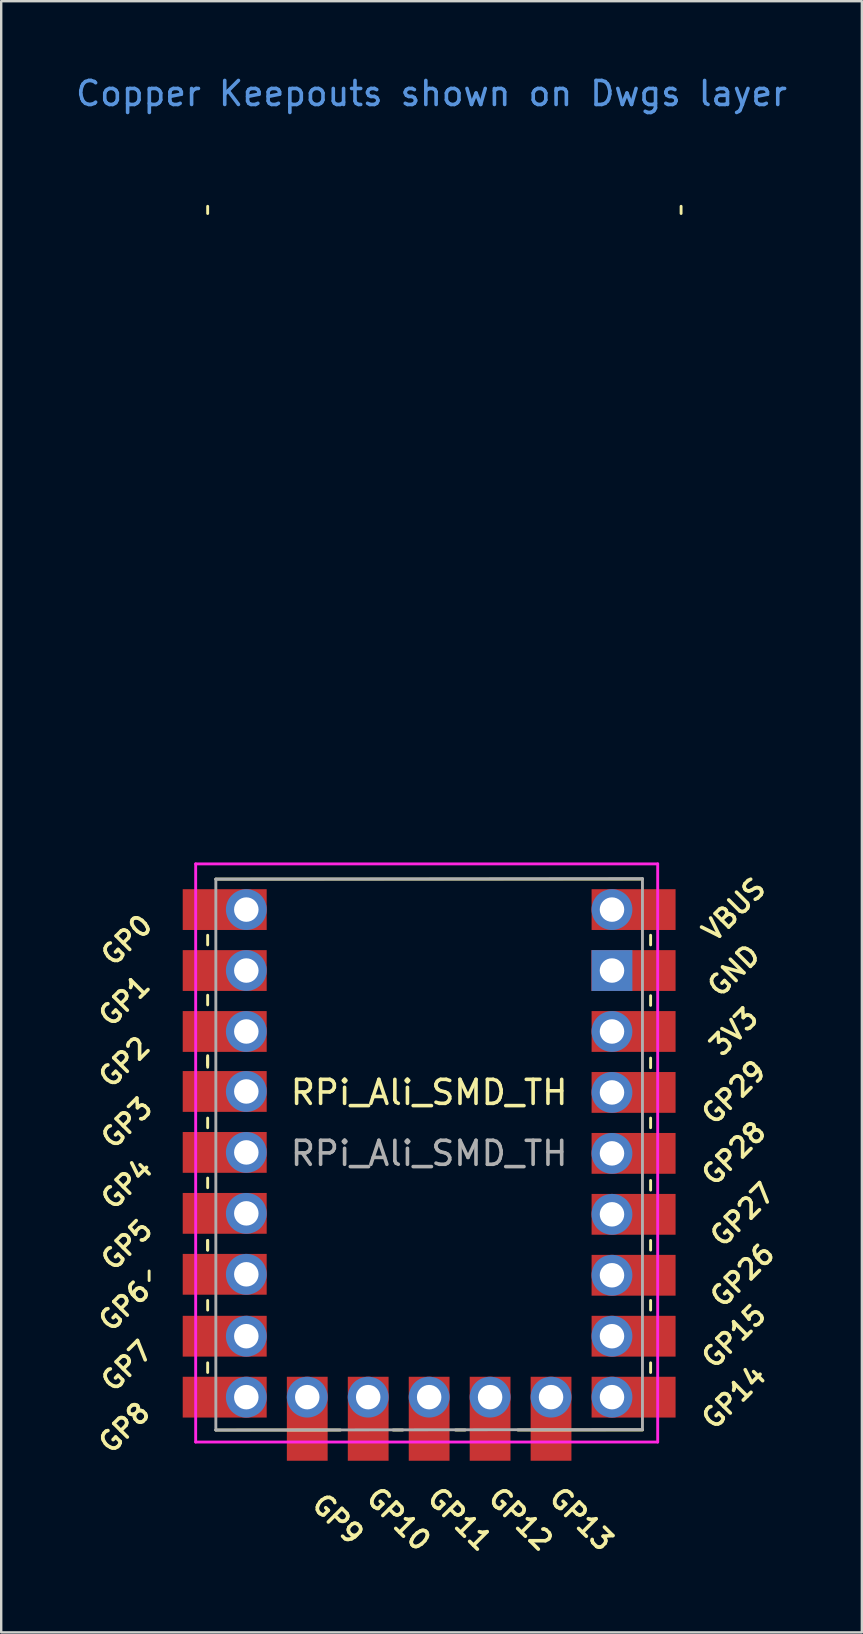
<source format=kicad_pcb>
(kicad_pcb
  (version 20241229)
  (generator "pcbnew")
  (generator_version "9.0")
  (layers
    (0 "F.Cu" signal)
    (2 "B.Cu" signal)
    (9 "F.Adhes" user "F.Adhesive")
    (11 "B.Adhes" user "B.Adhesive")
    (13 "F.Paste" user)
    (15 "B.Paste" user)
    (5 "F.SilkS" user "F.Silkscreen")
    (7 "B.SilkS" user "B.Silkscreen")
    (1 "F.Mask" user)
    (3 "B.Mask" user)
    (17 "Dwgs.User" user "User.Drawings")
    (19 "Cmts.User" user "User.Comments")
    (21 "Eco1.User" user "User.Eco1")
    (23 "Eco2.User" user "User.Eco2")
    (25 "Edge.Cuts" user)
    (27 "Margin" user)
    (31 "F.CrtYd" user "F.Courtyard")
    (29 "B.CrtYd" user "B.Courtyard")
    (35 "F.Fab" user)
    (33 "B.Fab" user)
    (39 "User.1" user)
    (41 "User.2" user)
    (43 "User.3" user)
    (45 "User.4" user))
  (footprint "RPi_Ali_SMD_TH"
    (layer "F.Cu")
    (at 14.835 45.018)
    (property "Reference" "RPi_Ali_SMD_TH" (at 0 -2.54 0) (layer "F.SilkS") (effects (font (size 1 1) (thickness 0.15))))
    (attr through_hole)
    (fp_line (start -11.67 4.9) (end -11.67 5.3) (stroke (width 0.12) (type solid)) (layer "F.SilkS"))
    (fp_line (start -9.23 -39.47) (end -9.23 -39.17) (stroke (width 0.12) (type solid)) (layer "F.SilkS"))
    (fp_line (start -9.23 -9.09) (end -9.23 -8.69) (stroke (width 0.12) (type solid)) (layer "F.SilkS"))
    (fp_line (start -9.23 -6.59) (end -9.23 -6.19) (stroke (width 0.12) (type solid)) (layer "F.SilkS"))
    (fp_line (start -9.23 -4.07) (end -9.23 -3.67) (stroke (width 0.12) (type solid)) (layer "F.SilkS"))
    (fp_line (start -9.23 -3.99) (end -9.23 -3.59) (stroke (width 0.12) (type solid)) (layer "F.SilkS"))
    (fp_line (start -9.23 -1.47) (end -9.23 -1.07) (stroke (width 0.12) (type solid)) (layer "F.SilkS"))
    (fp_line (start -9.23 1.03) (end -9.23 1.43) (stroke (width 0.12) (type solid)) (layer "F.SilkS"))
    (fp_line (start -9.23 3.63) (end -9.23 4.03) (stroke (width 0.12) (type solid)) (layer "F.SilkS"))
    (fp_line (start -9.23 3.63) (end -9.23 4.03) (stroke (width 0.12) (type solid)) (layer "F.SilkS"))
    (fp_line (start -9.23 6.13) (end -9.23 6.53) (stroke (width 0.12) (type solid)) (layer "F.SilkS"))
    (fp_line (start -9.23 8.73) (end -9.23 9.13) (stroke (width 0.12) (type solid)) (layer "F.SilkS"))
    (fp_line (start -8.89 -11.43) (end 8.89 -11.43) (stroke (width 0.12) (type solid)) (layer "F.SilkS"))
    (fp_line (start -3.7 11.53) (end -8.89 11.53) (stroke (width 0.12) (type solid)) (layer "F.SilkS"))
    (fp_line (start -1.5 11.53) (end -1.1 11.53) (stroke (width 0.12) (type solid)) (layer "F.SilkS"))
    (fp_line (start 1.1 11.53) (end 1.5 11.53) (stroke (width 0.12) (type solid)) (layer "F.SilkS"))
    (fp_line (start 8.89 11.53) (end 3.7 11.53) (stroke (width 0.12) (type solid)) (layer "F.SilkS"))
    (fp_line (start 9.23 -9.09) (end 9.23 -8.69) (stroke (width 0.12) (type solid)) (layer "F.SilkS"))
    (fp_line (start 9.23 -6.57) (end 9.23 -6.17) (stroke (width 0.12) (type solid)) (layer "F.SilkS"))
    (fp_line (start 9.23 -3.97) (end 9.23 -3.57) (stroke (width 0.12) (type solid)) (layer "F.SilkS"))
    (fp_line (start 9.23 -1.47) (end 9.23 -1.07) (stroke (width 0.12) (type solid)) (layer "F.SilkS"))
    (fp_line (start 9.23 1.13) (end 9.23 1.53) (stroke (width 0.12) (type solid)) (layer "F.SilkS"))
    (fp_line (start 9.23 3.63) (end 9.23 4.03) (stroke (width 0.12) (type solid)) (layer "F.SilkS"))
    (fp_line (start 9.23 6.13) (end 9.23 6.53) (stroke (width 0.12) (type solid)) (layer "F.SilkS"))
    (fp_line (start 9.23 8.73) (end 9.23 9.13) (stroke (width 0.12) (type solid)) (layer "F.SilkS"))
    (fp_line (start 10.5 -39.47) (end 10.5 -39.17) (stroke (width 0.12) (type solid)) (layer "F.SilkS"))
    (fp_line (start -9.73 -12.065) (end 9.525 -12.065) (stroke (width 0.12) (type solid)) (layer "F.CrtYd"))
    (fp_line (start -9.73 12.03) (end -9.73 -12.065) (stroke (width 0.12) (type solid)) (layer "F.CrtYd"))
    (fp_line (start 9.525 -12.065) (end 9.525 12.03) (stroke (width 0.12) (type solid)) (layer "F.CrtYd"))
    (fp_line (start 9.525 12.03) (end -9.73 12.03) (stroke (width 0.12) (type solid)) (layer "F.CrtYd"))
    (fp_line (start -8.89 -11.43) (end -8.89 11.53) (stroke (width 0.12) (type solid)) (layer "F.Fab"))
    (fp_line (start -8.89 -11.43) (end 8.89 -11.45) (stroke (width 0.12) (type solid)) (layer "F.Fab"))
    (fp_line (start 8.89 -11.45) (end 8.89 11.51) (stroke (width 0.12) (type solid)) (layer "F.Fab"))
    (fp_line (start 8.89 11.51) (end -8.89 11.53) (stroke (width 0.12) (type solid)) (layer "F.Fab"))
    (fp_text user "GP6" (at -12.7 6.35 45) (layer "F.SilkS") (effects (font (size 0.8 0.8) (thickness 0.15))))
    (fp_text user "GP9" (at -3.81 15.24 135) (layer "F.SilkS") (effects (font (size 0.8 0.8) (thickness 0.15))))
    (fp_text user "VBUS" (at 12.7 -10.16 45) (layer "F.SilkS") (effects (font (size 0.8 0.8) (thickness 0.15))))
    (fp_text user "GP28" (at 12.7 0 45) (layer "F.SilkS") (effects (font (size 0.8 0.8) (thickness 0.15))))
    (fp_text user "GP29" (at 12.7 -2.54 45) (layer "F.SilkS") (effects (font (size 0.8 0.8) (thickness 0.15))))
    (fp_text user "GP0" (at -12.6 -8.89 45) (layer "F.SilkS") (effects (font (size 0.8 0.8) (thickness 0.15))))
    (fp_text user "GP10" (at -1.27 15.24 135) (layer "F.SilkS") (effects (font (size 0.8 0.8) (thickness 0.15))))
    (fp_text user "GND" (at 12.7 -7.62 45) (layer "F.SilkS") (effects (font (size 0.8 0.8) (thickness 0.15))))
    (fp_text user "GP11" (at 1.27 15.24 135) (layer "F.SilkS") (effects (font (size 0.8 0.8) (thickness 0.15))))
    (fp_text user "GP26" (at 13.054 5.08 45) (layer "F.SilkS") (effects (font (size 0.8 0.8) (thickness 0.15))))
    (fp_text user "GP8" (at -12.7 11.43 45) (layer "F.SilkS") (effects (font (size 0.8 0.8) (thickness 0.15))))
    (fp_text user "GP12" (at 3.81 15.24 135) (layer "F.SilkS") (effects (font (size 0.8 0.8) (thickness 0.15))))
    (fp_text user "GP1" (at -12.7 -6.36 45) (layer "F.SilkS") (effects (font (size 0.8 0.8) (thickness 0.15))))
    (fp_text user "3V3" (at 12.7 -5.08 45) (layer "F.SilkS") (effects (font (size 0.8 0.8) (thickness 0.15))))
    (fp_text user "GP5" (at -12.6 3.81 45) (layer "F.SilkS") (effects (font (size 0.8 0.8) (thickness 0.15))))
    (fp_text user "GP13" (at 6.35 15.24 135) (layer "F.SilkS") (effects (font (size 0.8 0.8) (thickness 0.15))))
    (fp_text user "GP3" (at -12.6 -1.27 45) (layer "F.SilkS") (effects (font (size 0.8 0.8) (thickness 0.15))))
    (fp_text user "GP27" (at 13.054 2.55 45) (layer "F.SilkS") (effects (font (size 0.8 0.8) (thickness 0.15))))
    (fp_text user "GP7" (at -12.6 8.86 45) (layer "F.SilkS") (effects (font (size 0.8 0.8) (thickness 0.15))))
    (fp_text user "GP4" (at -12.6 1.27 45) (layer "F.SilkS") (effects (font (size 0.8 0.8) (thickness 0.15))))
    (fp_text user "GP2" (at -12.7 -3.81 45) (layer "F.SilkS") (effects (font (size 0.8 0.8) (thickness 0.15))))
    (fp_text user "GP14" (at 12.7 10.16 45) (layer "F.SilkS") (effects (font (size 0.8 0.8) (thickness 0.15))))
    (fp_text user "GP15" (at 12.7 7.62 45) (layer "F.SilkS") (effects (font (size 0.8 0.8) (thickness 0.15))))
    (fp_text user "Copper Keepouts shown on Dwgs layer" (at 0.1 -44.17 0) (layer "Cmts.User") (effects (font (size 1 1) (thickness 0.15))))
    (fp_text user "${REFERENCE}" (at 0 0 180) (layer "F.Fab") (effects (font (size 1 1) (thickness 0.15))))
    (pad "1" thru_hole oval (at 7.62 -10.16) (size 1.7 1.7) (drill 1.02) (layers "*.Cu" "*.Mask"))
    (pad "1" smd rect (at 7.62 -10.16) (size 3.5 1.7) (drill (offset 0.9 0)) (layers "F.Cu" "F.Mask"))
    (pad "2" thru_hole rect (at 7.62 -7.62) (size 1.7 1.7) (drill 1.02) (layers "*.Cu" "*.Mask"))
    (pad "2" smd rect (at 7.62 -7.62) (size 3.5 1.7) (drill (offset 0.9 0)) (layers "F.Cu" "F.Mask"))
    (pad "3" thru_hole oval (at 7.62 -5.08) (size 1.7 1.7) (drill 1.02) (layers "*.Cu" "*.Mask"))
    (pad "3" smd rect (at 7.62 -5.08) (size 3.5 1.7) (drill (offset 0.9 0)) (layers "F.Cu" "F.Mask"))
    (pad "4" thru_hole oval (at 7.62 -2.54) (size 1.7 1.7) (drill 1.02) (layers "*.Cu" "*.Mask"))
    (pad "4" smd rect (at 7.62 -2.54) (size 3.5 1.7) (drill (offset 0.9 0)) (layers "F.Cu" "F.Mask"))
    (pad "5" thru_hole oval (at 7.62 0) (size 1.7 1.7) (drill 1.02) (layers "*.Cu" "*.Mask"))
    (pad "5" smd rect (at 7.62 0) (size 3.5 1.7) (drill (offset 0.9 0)) (layers "F.Cu" "F.Mask"))
    (pad "6" thru_hole oval (at 7.62 2.54) (size 1.7 1.7) (drill 1.02) (layers "*.Cu" "*.Mask"))
    (pad "6" smd rect (at 7.62 2.54) (size 3.5 1.7) (drill (offset 0.9 0)) (layers "F.Cu" "F.Mask"))
    (pad "7" thru_hole circle (at 7.62 5.08) (size 1.7 1.7) (drill 1.02) (layers "*.Cu" "*.Mask"))
    (pad "7" smd rect (at 7.62 5.08) (size 3.5 1.7) (drill (offset 0.9 0)) (layers "F.Cu" "F.Mask"))
    (pad "8" thru_hole oval (at 7.62 7.62) (size 1.7 1.7) (drill 1.02) (layers "*.Cu" "*.Mask"))
    (pad "8" smd rect (at 7.62 7.62) (size 3.5 1.7) (drill (offset 0.9 0)) (layers "F.Cu" "F.Mask"))
    (pad "9" thru_hole oval (at 7.62 10.16) (size 1.7 1.7) (drill 1.02) (layers "*.Cu" "*.Mask"))
    (pad "9" smd rect (at 7.62 10.16) (size 3.5 1.7) (drill (offset 0.9 0)) (layers "F.Cu" "F.Mask"))
    (pad "10" thru_hole oval (at 5.08 10.16) (size 1.7 1.7) (drill 1.02) (layers "*.Cu" "*.Mask"))
    (pad "10" smd rect (at 5.08 10.16 90) (size 3.5 1.7) (drill (offset -0.9 0)) (layers "F.Cu" "F.Mask"))
    (pad "11" thru_hole oval (at 2.54 10.16) (size 1.7 1.7) (drill 1.02) (layers "*.Cu" "*.Mask"))
    (pad "11" smd rect (at 2.54 10.16 90) (size 3.5 1.7) (drill (offset -0.9 0)) (layers "F.Cu" "F.Mask"))
    (pad "12" thru_hole oval (at 0 10.16) (size 1.7 1.7) (drill 1.02) (layers "*.Cu" "*.Mask"))
    (pad "12" smd rect (at 0 10.16 90) (size 3.5 1.7) (drill (offset -0.9 0)) (layers "F.Cu" "F.Mask"))
    (pad "13" thru_hole oval (at -2.54 10.16) (size 1.7 1.7) (drill 1.02) (layers "*.Cu" "*.Mask"))
    (pad "13" smd rect (at -2.54 10.16 90) (size 3.5 1.7) (drill (offset -0.9 0)) (layers "F.Cu" "F.Mask"))
    (pad "14" thru_hole oval (at -5.08 10.16) (size 1.7 1.7) (drill 1.02) (layers "*.Cu" "*.Mask"))
    (pad "14" smd rect (at -5.08 10.16 90) (size 3.5 1.7) (drill (offset -0.9 0)) (layers "F.Cu" "F.Mask"))
    (pad "15" thru_hole oval (at -7.62 10.16) (size 1.7 1.7) (drill 1.02) (layers "*.Cu" "*.Mask"))
    (pad "15" smd rect (at -7.62 10.16) (size 3.5 1.7) (drill (offset -0.9 0)) (layers "F.Cu" "F.Mask"))
    (pad "16" thru_hole oval (at -7.62 7.62) (size 1.7 1.7) (drill 1.02) (layers "*.Cu" "*.Mask"))
    (pad "16" smd rect (at -7.62 7.62) (size 3.5 1.7) (drill (offset -0.9 0)) (layers "F.Cu" "F.Mask"))
    (pad "17" thru_hole oval (at -7.62 5.04) (size 1.7 1.7) (drill 1.02) (layers "*.Cu" "*.Mask"))
    (pad "17" smd rect (at -7.62 5.04) (size 3.5 1.7) (drill (offset -0.9 0)) (layers "F.Cu" "F.Mask"))
    (pad "18" thru_hole oval (at -7.62 2.5) (size 1.7 1.7) (drill 1.02) (layers "*.Cu" "*.Mask"))
    (pad "18" smd rect (at -7.62 2.5) (size 3.5 1.7) (drill (offset -0.9 0)) (layers "F.Cu" "F.Mask"))
    (pad "19" thru_hole oval (at -7.62 -0.04) (size 1.7 1.7) (drill 1.02) (layers "*.Cu" "*.Mask"))
    (pad "19" smd rect (at -7.62 -0.04) (size 3.5 1.7) (drill (offset -0.9 0)) (layers "F.Cu" "F.Mask"))
    (pad "20" thru_hole oval (at -7.62 -2.58) (size 1.7 1.7) (drill 1.02) (layers "*.Cu" "*.Mask"))
    (pad "20" smd rect (at -7.62 -2.58) (size 3.5 1.7) (drill (offset -0.9 0)) (layers "F.Cu" "F.Mask"))
    (pad "21" thru_hole oval (at -7.62 -5.08) (size 1.7 1.7) (drill 1.02) (layers "*.Cu" "*.Mask"))
    (pad "21" smd rect (at -7.62 -5.08) (size 3.5 1.7) (drill (offset -0.9 0)) (layers "F.Cu" "F.Mask"))
    (pad "22" thru_hole oval (at -7.62 -7.62) (size 1.7 1.7) (drill 1.02) (layers "*.Cu" "*.Mask"))
    (pad "22" smd rect (at -7.62 -7.62) (size 3.5 1.7) (drill (offset -0.9 0)) (layers "F.Cu" "F.Mask"))
    (pad "23" thru_hole oval (at -7.62 -10.16) (size 1.7 1.7) (drill 1.02) (layers "*.Cu" "*.Mask"))
    (pad "23" smd rect (at -7.62 -10.16) (size 3.5 1.7) (drill (offset -0.9 0)) (layers "F.Cu" "F.Mask")))
  (gr_rect
    (start -3 -3)
    (end 32.869 64.982)
    (stroke (width 0.1) (type default))
    (fill no)
    (layer "Edge.Cuts")))
</source>
